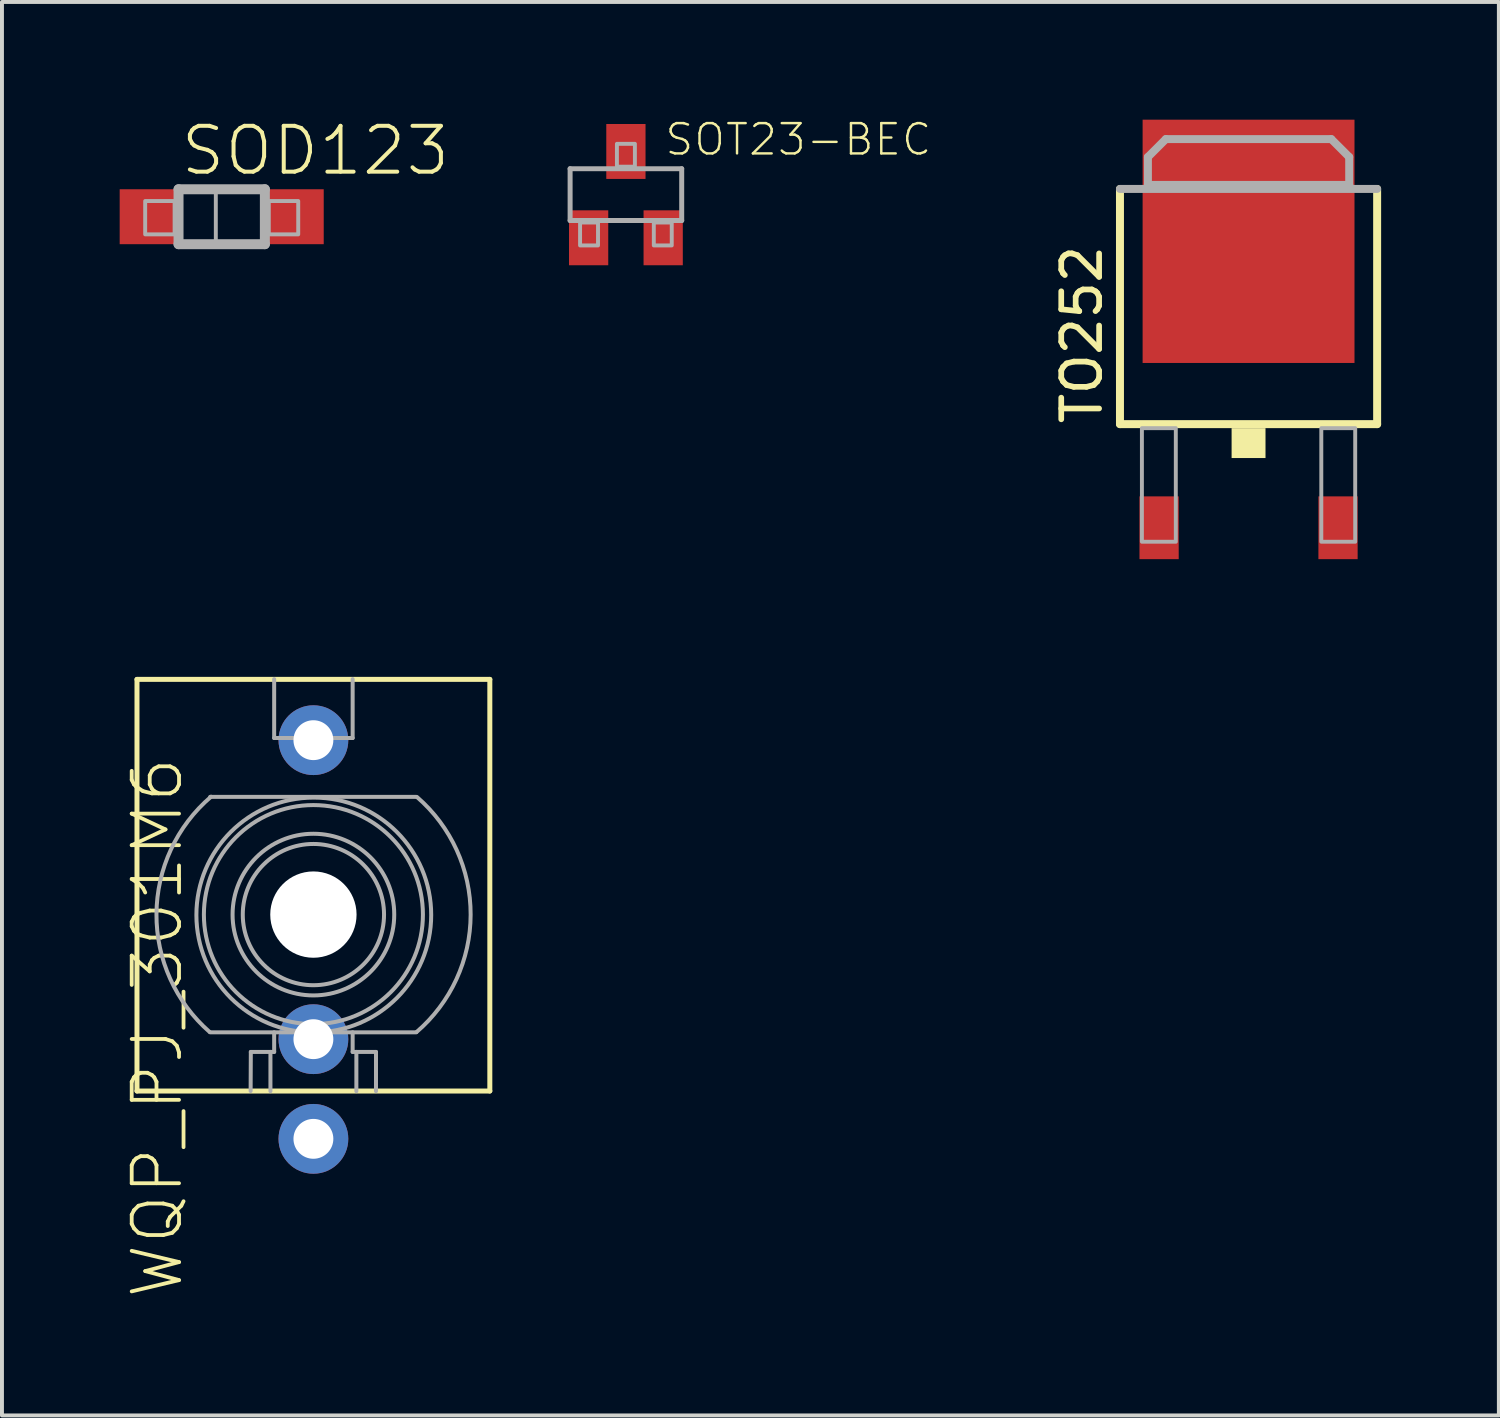
<source format=kicad_pcb>
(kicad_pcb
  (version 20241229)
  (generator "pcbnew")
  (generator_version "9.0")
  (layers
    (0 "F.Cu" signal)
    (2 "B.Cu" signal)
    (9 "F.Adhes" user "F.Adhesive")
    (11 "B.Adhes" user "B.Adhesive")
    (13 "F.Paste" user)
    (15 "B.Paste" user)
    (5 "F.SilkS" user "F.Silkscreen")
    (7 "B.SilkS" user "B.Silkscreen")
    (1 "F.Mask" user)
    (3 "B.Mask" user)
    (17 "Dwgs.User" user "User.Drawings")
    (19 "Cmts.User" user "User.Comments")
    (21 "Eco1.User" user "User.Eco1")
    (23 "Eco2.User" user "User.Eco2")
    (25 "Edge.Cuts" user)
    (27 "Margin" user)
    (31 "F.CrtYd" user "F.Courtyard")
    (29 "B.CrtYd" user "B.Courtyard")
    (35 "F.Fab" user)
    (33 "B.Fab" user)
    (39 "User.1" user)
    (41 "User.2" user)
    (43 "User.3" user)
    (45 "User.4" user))
  (footprint "SOT23-BEC"
    (layer "F.Cu")
    (at 12.901 1.91)
    (property "Reference" "SOT23-BEC" (at 0.953 -0.953 0) (layer "F.SilkS") (effects (font (size 0.772 0.772) (thickness 0.062)) (justify left bottom)))
    (attr through_hole)
    (fp_line (start -1.422 -0.66) (end 1.422 -0.66) (stroke (width 0.127) (type solid)) (layer "F.Fab"))
    (fp_line (start -1.422 0.66) (end -1.422 -0.66) (stroke (width 0.127) (type solid)) (layer "F.Fab"))
    (fp_line (start 1.422 -0.66) (end 1.422 0.66) (stroke (width 0.127) (type solid)) (layer "F.Fab"))
    (fp_line (start 1.422 0.66) (end -1.422 0.66) (stroke (width 0.127) (type solid)) (layer "F.Fab"))
    (fp_poly (pts (xy -1.168 1.295) (xy -0.711 1.295) (xy -0.711 0.711) (xy -1.168 0.711)) (stroke (width 0.1) (type solid)) (fill no) (layer "F.Fab"))
    (fp_poly (pts (xy -0.229 -0.711) (xy 0.229 -0.711) (xy 0.229 -1.295) (xy -0.229 -1.295)) (stroke (width 0.1) (type solid)) (fill no) (layer "F.Fab"))
    (fp_poly (pts (xy 0.711 1.295) (xy 1.168 1.295) (xy 1.168 0.711) (xy 0.711 0.711)) (stroke (width 0.1) (type solid)) (fill no) (layer "F.Fab"))
    (pad "B" smd rect (at -0.95 1.1) (size 1 1.4) (layers "F.Cu" "F.Mask" "F.Paste"))
    (pad "C" smd rect (at 0 -1.1) (size 1 1.4) (layers "F.Cu" "F.Mask" "F.Paste"))
    (pad "E" smd rect (at 0.95 1.1) (size 1 1.4) (layers "F.Cu" "F.Mask" "F.Paste")))
  (footprint "WQP_PJ_301M6"
    (layer "F.Cu")
    (at 4.937 20.258)
    (property "Reference" "WQP_PJ_301M6" (at -4.683 -4.072 90) (layer "F.SilkS") (effects (font (size 1.206 1.206) (thickness 0.097)) (justify right top)))
    (attr through_hole)
    (fp_line (start -4.496 -5.994) (end 4.496 -5.994) (stroke (width 0.127) (type solid)) (layer "F.SilkS"))
    (fp_line (start -4.496 4.496) (end -4.496 -5.994) (stroke (width 0.127) (type solid)) (layer "F.SilkS"))
    (fp_line (start 4.496 -5.994) (end 4.496 4.496) (stroke (width 0.127) (type solid)) (layer "F.SilkS"))
    (fp_line (start 4.496 4.496) (end -4.496 4.496) (stroke (width 0.127) (type solid)) (layer "F.SilkS"))
    (fp_line (start -2.631 -3) (end 2.62 -3) (stroke (width 0.102) (type solid)) (layer "F.Fab"))
    (fp_line (start -2.631 3) (end 2.62 3) (stroke (width 0.102) (type solid)) (layer "F.Fab"))
    (fp_line (start -1.6 4.496) (end -1.595 3.5) (stroke (width 0.102) (type solid)) (layer "F.Fab"))
    (fp_line (start -1.595 3.5) (end -1.095 3.5) (stroke (width 0.102) (type solid)) (layer "F.Fab"))
    (fp_line (start -1.095 3.5) (end -1.095 4.5) (stroke (width 0.102) (type solid)) (layer "F.Fab"))
    (fp_line (start -1.095 3.5) (end -1 3.5) (stroke (width 0.102) (type solid)) (layer "F.Fab"))
    (fp_line (start -1 -4.5) (end -1 -6) (stroke (width 0.102) (type solid)) (layer "F.Fab"))
    (fp_line (start -1 0) (end 1 0) (stroke (width 0.102) (type solid)) (layer "F.Fab"))
    (fp_line (start -1 3.5) (end -1 3) (stroke (width 0.102) (type solid)) (layer "F.Fab"))
    (fp_line (start 0 -1) (end 0 1) (stroke (width 0.102) (type solid)) (layer "F.Fab"))
    (fp_line (start 1 -6) (end 1 -4.5) (stroke (width 0.102) (type solid)) (layer "F.Fab"))
    (fp_line (start 1 -4.5) (end -1 -4.5) (stroke (width 0.102) (type solid)) (layer "F.Fab"))
    (fp_line (start 1 3) (end 1 3.5) (stroke (width 0.102) (type solid)) (layer "F.Fab"))
    (fp_line (start 1 3.5) (end 1.095 3.5) (stroke (width 0.102) (type solid)) (layer "F.Fab"))
    (fp_line (start 1.095 3.5) (end 1.095 4.5) (stroke (width 0.102) (type solid)) (layer "F.Fab"))
    (fp_line (start 1.095 3.5) (end 1.595 3.5) (stroke (width 0.102) (type solid)) (layer "F.Fab"))
    (fp_line (start 1.595 3.5) (end 1.595 4.5) (stroke (width 0.102) (type solid)) (layer "F.Fab"))
    (fp_arc (start -2.641998 2.994) (mid -3.999529 -0.012791) (end -2.608 -3.004) (stroke (width 0.1016) (type solid)) (layer "F.Fab"))
    (fp_arc (start 2.642 -2.994) (mid 4.007235 0.003208) (end 2.628 2.994) (stroke (width 0.1016) (type solid)) (layer "F.Fab"))
    (fp_circle (center 0 0) (end 1.8 0) (stroke (width 0.102) (type solid)) (fill no) (layer "F.Fab"))
    (fp_circle (center 0 0) (end 2.06 0) (stroke (width 0.102) (type solid)) (fill no) (layer "F.Fab"))
    (fp_circle (center 0 0) (end 2.791 0) (stroke (width 0.102) (type solid)) (fill no) (layer "F.Fab"))
    (fp_circle (center 0.01 0.01) (end 3.002 0.01) (stroke (width 0.102) (type solid)) (fill no) (layer "F.Fab"))
    (pad "" np_thru_hole circle (at 0 0) (size 2.2 2.2) (drill 2.2) (layers "*.Cu" "*.Mask"))
    (pad "P1" thru_hole circle (at 0 5.715) (size 1.778 1.778) (drill 1.016) (layers "*.Cu" "*.Mask"))
    (pad "P2" thru_hole circle (at 0 3.175) (size 1.778 1.778) (drill 1.016) (layers "*.Cu" "*.Mask"))
    (pad "P3" thru_hole circle (at 0 -4.445) (size 1.778 1.778) (drill 1.016) (layers "*.Cu" "*.Mask")))
  (footprint "SOD123"
    (layer "F.Cu")
    (at 2.6 2.473)
    (property "Reference" "SOD123" (at -1.1 -1 0) (layer "F.SilkS") (effects (font (size 1.168 1.168) (thickness 0.102)) (justify left bottom)))
    (fp_line (start -1.1 -0.7) (end 1.1 -0.7) (stroke (width 0.254) (type solid)) (layer "F.Fab"))
    (fp_line (start -1.1 0.7) (end -1.1 -0.7) (stroke (width 0.254) (type solid)) (layer "F.Fab"))
    (fp_line (start 1.1 -0.7) (end 1.1 0.7) (stroke (width 0.254) (type solid)) (layer "F.Fab"))
    (fp_line (start 1.1 0.7) (end -1.1 0.7) (stroke (width 0.254) (type solid)) (layer "F.Fab"))
    (fp_poly (pts (xy -1.95 0.45) (xy -1.2 0.45) (xy -1.2 -0.4) (xy -1.95 -0.4)) (stroke (width 0.1) (type solid)) (fill no) (layer "F.Fab"))
    (fp_poly (pts (xy -1.05 0.65) (xy -0.15 0.65) (xy -0.15 -0.7) (xy -1.05 -0.7)) (stroke (width 0.1) (type solid)) (fill no) (layer "F.Fab"))
    (fp_poly (pts (xy 1.2 0.45) (xy 1.95 0.45) (xy 1.95 -0.4) (xy 1.2 -0.4)) (stroke (width 0.1) (type solid)) (fill no) (layer "F.Fab"))
    (pad "A" smd rect (at 1.9 0) (size 1.4 1.4) (layers "F.Cu" "F.Mask" "F.Paste"))
    (pad "C" smd rect (at -1.9 0) (size 1.4 1.4) (layers "F.Cu" "F.Mask" "F.Paste")))
  (footprint "TO252"
    (layer "F.Cu")
    (at 28.769 5.6)
    (property "Reference" "TO252" (at -3.683 2.223 90) (layer "F.SilkS") (effects (font (size 0.965 0.965) (thickness 0.145)) (justify left bottom)))
    (attr through_hole)
    (fp_line (start -3.277 2.159) (end -3.277 -3.835) (stroke (width 0.203) (type solid)) (layer "F.SilkS"))
    (fp_line (start 3.277 -3.835) (end 3.277 2.159) (stroke (width 0.203) (type solid)) (layer "F.SilkS"))
    (fp_line (start 3.277 2.159) (end -3.277 2.159) (stroke (width 0.203) (type solid)) (layer "F.SilkS"))
    (fp_poly (pts (xy -0.432 3.023) (xy 0.432 3.023) (xy 0.432 2.261) (xy -0.432 2.261)) (stroke (width 0) (type solid)) (fill yes) (layer "F.SilkS"))
    (fp_line (start -3.277 -3.835) (end 3.277 -3.835) (stroke (width 0.203) (type solid)) (layer "F.Fab"))
    (fp_line (start -2.565 -4.648) (end -2.108 -5.105) (stroke (width 0.203) (type solid)) (layer "F.Fab"))
    (fp_line (start -2.565 -3.937) (end -2.565 -4.648) (stroke (width 0.203) (type solid)) (layer "F.Fab"))
    (fp_line (start -2.108 -5.105) (end 2.108 -5.105) (stroke (width 0.203) (type solid)) (layer "F.Fab"))
    (fp_line (start 2.108 -5.105) (end 2.565 -4.648) (stroke (width 0.203) (type solid)) (layer "F.Fab"))
    (fp_line (start 2.565 -4.648) (end 2.565 -3.937) (stroke (width 0.203) (type solid)) (layer "F.Fab"))
    (fp_line (start 2.565 -3.937) (end -2.565 -3.937) (stroke (width 0.203) (type solid)) (layer "F.Fab"))
    (fp_poly (pts (xy -2.718 5.156) (xy -1.854 5.156) (xy -1.854 2.261) (xy -2.718 2.261)) (stroke (width 0.1) (type solid)) (fill no) (layer "F.Fab"))
    (fp_poly (pts (xy 1.854 5.156) (xy 2.718 5.156) (xy 2.718 2.261) (xy 1.854 2.261)) (stroke (width 0.1) (type solid)) (fill no) (layer "F.Fab"))
    (fp_poly (pts (xy -2.565 -3.937) (xy -2.565 -4.648) (xy -2.108 -5.105) (xy 2.108 -5.105) (xy 2.565 -4.648) (xy 2.565 -3.937)) (stroke (width 0.1) (type solid)) (fill no) (layer "F.Fab"))
    (pad "1" smd rect (at -2.28 4.8) (size 1 1.6) (layers "F.Cu" "F.Mask" "F.Paste"))
    (pad "2" smd rect (at 2.28 4.8) (size 1 1.6) (layers "F.Cu" "F.Mask" "F.Paste"))
    (pad "3" smd rect (at 0 -2.5) (size 5.4 6.2) (layers "F.Cu" "F.Mask" "F.Paste")))
  (gr_rect
    (start -3 -3)
    (end 35.148 33.022)
    (stroke (width 0.1) (type default))
    (fill no)
    (layer "Edge.Cuts")))
</source>
